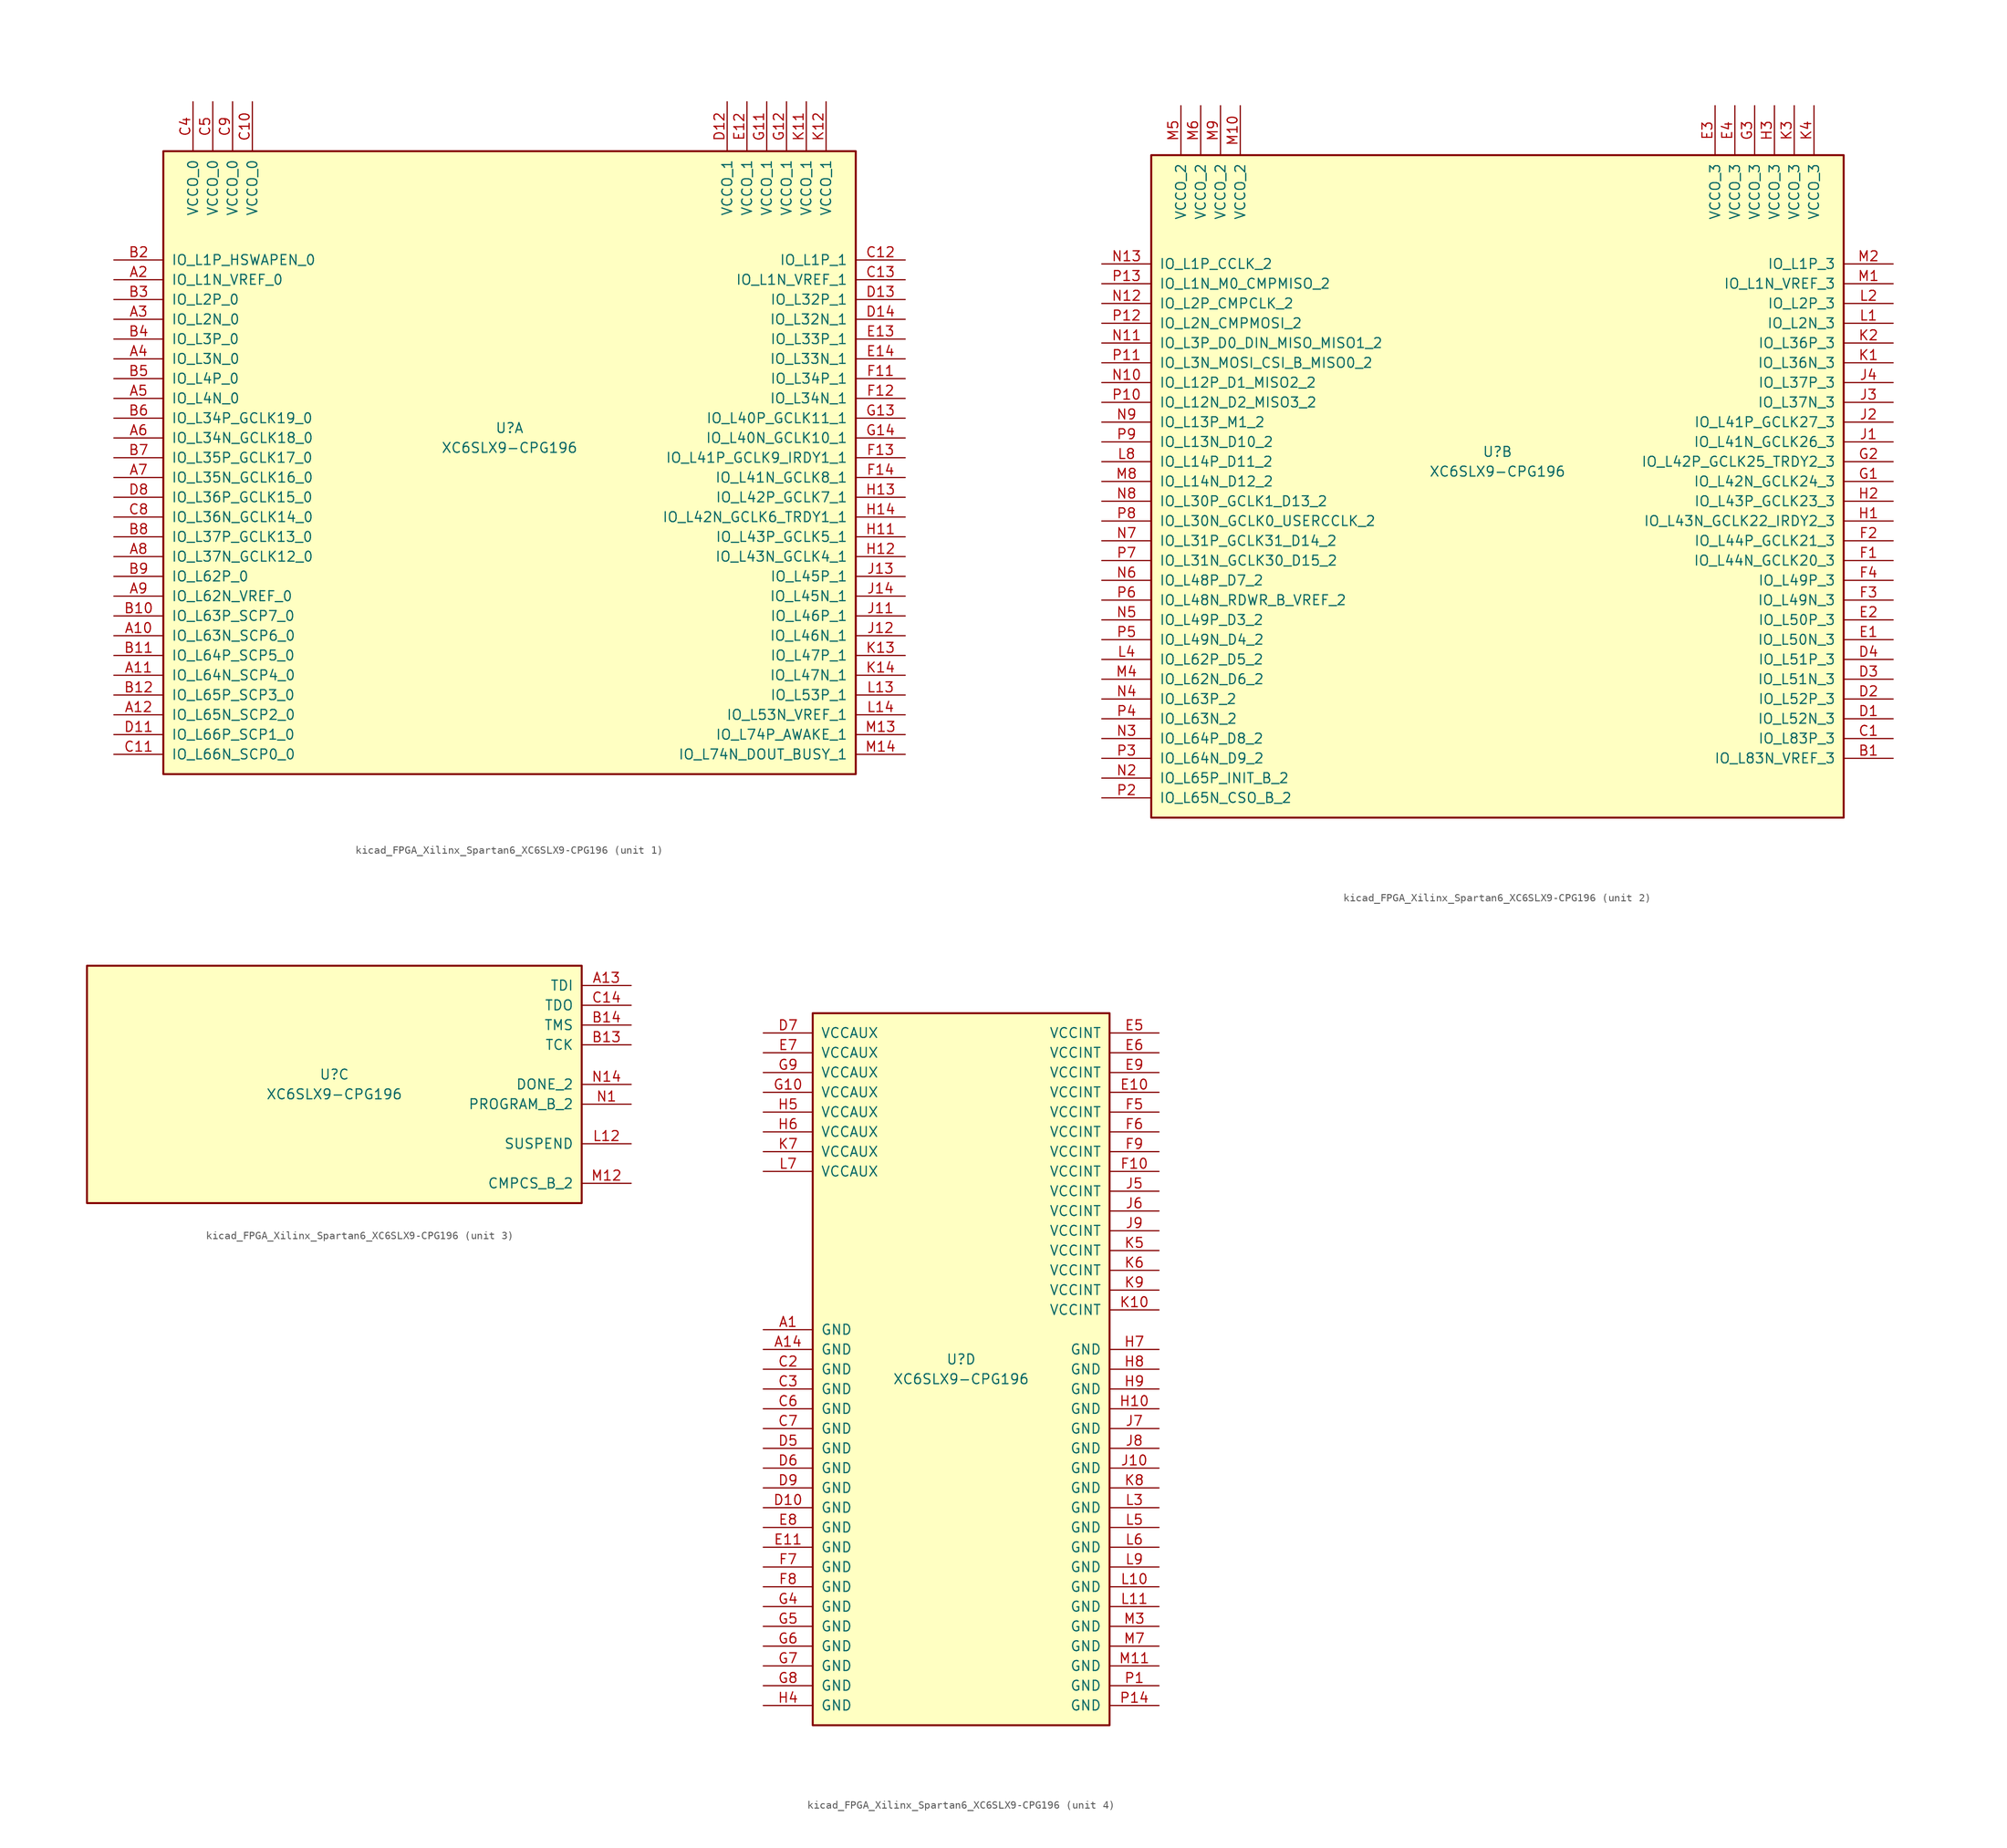
<source format=kicad_sym>
(kicad_symbol_lib
  (version 20220914)
  (generator kicad_symbol_editor)
  (symbol "kicad_FPGA_Xilinx_Spartan6_XC6SLX9-CPG196"
    (pin_names
      (offset 1.016))
    (property "Reference" "U"
      (at 0 1.27 0)
      (effects (font (size 1.27 1.27))))
    (property "Value" "XC6SLX9-CPG196"
      (at 0 -1.27 0)
      (effects (font (size 1.27 1.27))))
    (property "Datasheet" ""
      (at 0 0 0)
      (effects (font (size 1.27 1.27))))
    (property "ki_locked" ""
      (at 0 0 0)
      (effects (font (size 1.27 1.27))))
    (symbol "kicad_FPGA_Xilinx_Spartan6_XC6SLX9-CPG196_1_1"
      (rectangle (start -44.45 36.83) (end 44.45 -43.18) (stroke (width 0.254) (type default)) (fill (type background)))
      (pin bidirectional line (at -50.8 -25.4 0) (length 6.35) (name "IO_L63N_SCP6_0" (effects (font (size 1.27 1.27)))) (number "A10" (effects (font (size 1.27 1.27)))))
      (pin bidirectional line (at -50.8 -30.48 0) (length 6.35) (name "IO_L64N_SCP4_0" (effects (font (size 1.27 1.27)))) (number "A11" (effects (font (size 1.27 1.27)))))
      (pin bidirectional line (at -50.8 -35.56 0) (length 6.35) (name "IO_L65N_SCP2_0" (effects (font (size 1.27 1.27)))) (number "A12" (effects (font (size 1.27 1.27)))))
      (pin bidirectional line (at -50.8 20.32 0) (length 6.35) (name "IO_L1N_VREF_0" (effects (font (size 1.27 1.27)))) (number "A2" (effects (font (size 1.27 1.27)))))
      (pin bidirectional line (at -50.8 15.24 0) (length 6.35) (name "IO_L2N_0" (effects (font (size 1.27 1.27)))) (number "A3" (effects (font (size 1.27 1.27)))))
      (pin bidirectional line (at -50.8 10.16 0) (length 6.35) (name "IO_L3N_0" (effects (font (size 1.27 1.27)))) (number "A4" (effects (font (size 1.27 1.27)))))
      (pin bidirectional line (at -50.8 5.08 0) (length 6.35) (name "IO_L4N_0" (effects (font (size 1.27 1.27)))) (number "A5" (effects (font (size 1.27 1.27)))))
      (pin bidirectional line (at -50.8 0 0) (length 6.35) (name "IO_L34N_GCLK18_0" (effects (font (size 1.27 1.27)))) (number "A6" (effects (font (size 1.27 1.27)))))
      (pin bidirectional line (at -50.8 -5.08 0) (length 6.35) (name "IO_L35N_GCLK16_0" (effects (font (size 1.27 1.27)))) (number "A7" (effects (font (size 1.27 1.27)))))
      (pin bidirectional line (at -50.8 -15.24 0) (length 6.35) (name "IO_L37N_GCLK12_0" (effects (font (size 1.27 1.27)))) (number "A8" (effects (font (size 1.27 1.27)))))
      (pin bidirectional line (at -50.8 -20.32 0) (length 6.35) (name "IO_L62N_VREF_0" (effects (font (size 1.27 1.27)))) (number "A9" (effects (font (size 1.27 1.27)))))
      (pin bidirectional line (at -50.8 -22.86 0) (length 6.35) (name "IO_L63P_SCP7_0" (effects (font (size 1.27 1.27)))) (number "B10" (effects (font (size 1.27 1.27)))))
      (pin bidirectional line (at -50.8 -27.94 0) (length 6.35) (name "IO_L64P_SCP5_0" (effects (font (size 1.27 1.27)))) (number "B11" (effects (font (size 1.27 1.27)))))
      (pin bidirectional line (at -50.8 -33.02 0) (length 6.35) (name "IO_L65P_SCP3_0" (effects (font (size 1.27 1.27)))) (number "B12" (effects (font (size 1.27 1.27)))))
      (pin bidirectional line (at -50.8 22.86 0) (length 6.35) (name "IO_L1P_HSWAPEN_0" (effects (font (size 1.27 1.27)))) (number "B2" (effects (font (size 1.27 1.27)))))
      (pin bidirectional line (at -50.8 17.78 0) (length 6.35) (name "IO_L2P_0" (effects (font (size 1.27 1.27)))) (number "B3" (effects (font (size 1.27 1.27)))))
      (pin bidirectional line (at -50.8 12.7 0) (length 6.35) (name "IO_L3P_0" (effects (font (size 1.27 1.27)))) (number "B4" (effects (font (size 1.27 1.27)))))
      (pin bidirectional line (at -50.8 7.62 0) (length 6.35) (name "IO_L4P_0" (effects (font (size 1.27 1.27)))) (number "B5" (effects (font (size 1.27 1.27)))))
      (pin bidirectional line (at -50.8 2.54 0) (length 6.35) (name "IO_L34P_GCLK19_0" (effects (font (size 1.27 1.27)))) (number "B6" (effects (font (size 1.27 1.27)))))
      (pin bidirectional line (at -50.8 -2.54 0) (length 6.35) (name "IO_L35P_GCLK17_0" (effects (font (size 1.27 1.27)))) (number "B7" (effects (font (size 1.27 1.27)))))
      (pin bidirectional line (at -50.8 -12.7 0) (length 6.35) (name "IO_L37P_GCLK13_0" (effects (font (size 1.27 1.27)))) (number "B8" (effects (font (size 1.27 1.27)))))
      (pin bidirectional line (at -50.8 -17.78 0) (length 6.35) (name "IO_L62P_0" (effects (font (size 1.27 1.27)))) (number "B9" (effects (font (size 1.27 1.27)))))
      (pin power_in line (at -33.02 43.18 270) (length 6.35) (name "VCCO_0" (effects (font (size 1.27 1.27)))) (number "C10" (effects (font (size 1.27 1.27)))))
      (pin bidirectional line (at -50.8 -40.64 0) (length 6.35) (name "IO_L66N_SCP0_0" (effects (font (size 1.27 1.27)))) (number "C11" (effects (font (size 1.27 1.27)))))
      (pin bidirectional line (at 50.8 22.86 180) (length 6.35) (name "IO_L1P_1" (effects (font (size 1.27 1.27)))) (number "C12" (effects (font (size 1.27 1.27)))))
      (pin bidirectional line (at 50.8 20.32 180) (length 6.35) (name "IO_L1N_VREF_1" (effects (font (size 1.27 1.27)))) (number "C13" (effects (font (size 1.27 1.27)))))
      (pin power_in line (at -40.64 43.18 270) (length 6.35) (name "VCCO_0" (effects (font (size 1.27 1.27)))) (number "C4" (effects (font (size 1.27 1.27)))))
      (pin power_in line (at -38.1 43.18 270) (length 6.35) (name "VCCO_0" (effects (font (size 1.27 1.27)))) (number "C5" (effects (font (size 1.27 1.27)))))
      (pin bidirectional line (at -50.8 -10.16 0) (length 6.35) (name "IO_L36N_GCLK14_0" (effects (font (size 1.27 1.27)))) (number "C8" (effects (font (size 1.27 1.27)))))
      (pin power_in line (at -35.56 43.18 270) (length 6.35) (name "VCCO_0" (effects (font (size 1.27 1.27)))) (number "C9" (effects (font (size 1.27 1.27)))))
      (pin bidirectional line (at -50.8 -38.1 0) (length 6.35) (name "IO_L66P_SCP1_0" (effects (font (size 1.27 1.27)))) (number "D11" (effects (font (size 1.27 1.27)))))
      (pin power_in line (at 27.94 43.18 270) (length 6.35) (name "VCCO_1" (effects (font (size 1.27 1.27)))) (number "D12" (effects (font (size 1.27 1.27)))))
      (pin bidirectional line (at 50.8 17.78 180) (length 6.35) (name "IO_L32P_1" (effects (font (size 1.27 1.27)))) (number "D13" (effects (font (size 1.27 1.27)))))
      (pin bidirectional line (at 50.8 15.24 180) (length 6.35) (name "IO_L32N_1" (effects (font (size 1.27 1.27)))) (number "D14" (effects (font (size 1.27 1.27)))))
      (pin bidirectional line (at -50.8 -7.62 0) (length 6.35) (name "IO_L36P_GCLK15_0" (effects (font (size 1.27 1.27)))) (number "D8" (effects (font (size 1.27 1.27)))))
      (pin power_in line (at 30.48 43.18 270) (length 6.35) (name "VCCO_1" (effects (font (size 1.27 1.27)))) (number "E12" (effects (font (size 1.27 1.27)))))
      (pin bidirectional line (at 50.8 12.7 180) (length 6.35) (name "IO_L33P_1" (effects (font (size 1.27 1.27)))) (number "E13" (effects (font (size 1.27 1.27)))))
      (pin bidirectional line (at 50.8 10.16 180) (length 6.35) (name "IO_L33N_1" (effects (font (size 1.27 1.27)))) (number "E14" (effects (font (size 1.27 1.27)))))
      (pin bidirectional line (at 50.8 7.62 180) (length 6.35) (name "IO_L34P_1" (effects (font (size 1.27 1.27)))) (number "F11" (effects (font (size 1.27 1.27)))))
      (pin bidirectional line (at 50.8 5.08 180) (length 6.35) (name "IO_L34N_1" (effects (font (size 1.27 1.27)))) (number "F12" (effects (font (size 1.27 1.27)))))
      (pin bidirectional line (at 50.8 -2.54 180) (length 6.35) (name "IO_L41P_GCLK9_IRDY1_1" (effects (font (size 1.27 1.27)))) (number "F13" (effects (font (size 1.27 1.27)))))
      (pin bidirectional line (at 50.8 -5.08 180) (length 6.35) (name "IO_L41N_GCLK8_1" (effects (font (size 1.27 1.27)))) (number "F14" (effects (font (size 1.27 1.27)))))
      (pin power_in line (at 33.02 43.18 270) (length 6.35) (name "VCCO_1" (effects (font (size 1.27 1.27)))) (number "G11" (effects (font (size 1.27 1.27)))))
      (pin power_in line (at 35.56 43.18 270) (length 6.35) (name "VCCO_1" (effects (font (size 1.27 1.27)))) (number "G12" (effects (font (size 1.27 1.27)))))
      (pin bidirectional line (at 50.8 2.54 180) (length 6.35) (name "IO_L40P_GCLK11_1" (effects (font (size 1.27 1.27)))) (number "G13" (effects (font (size 1.27 1.27)))))
      (pin bidirectional line (at 50.8 0 180) (length 6.35) (name "IO_L40N_GCLK10_1" (effects (font (size 1.27 1.27)))) (number "G14" (effects (font (size 1.27 1.27)))))
      (pin bidirectional line (at 50.8 -12.7 180) (length 6.35) (name "IO_L43P_GCLK5_1" (effects (font (size 1.27 1.27)))) (number "H11" (effects (font (size 1.27 1.27)))))
      (pin bidirectional line (at 50.8 -15.24 180) (length 6.35) (name "IO_L43N_GCLK4_1" (effects (font (size 1.27 1.27)))) (number "H12" (effects (font (size 1.27 1.27)))))
      (pin bidirectional line (at 50.8 -7.62 180) (length 6.35) (name "IO_L42P_GCLK7_1" (effects (font (size 1.27 1.27)))) (number "H13" (effects (font (size 1.27 1.27)))))
      (pin bidirectional line (at 50.8 -10.16 180) (length 6.35) (name "IO_L42N_GCLK6_TRDY1_1" (effects (font (size 1.27 1.27)))) (number "H14" (effects (font (size 1.27 1.27)))))
      (pin bidirectional line (at 50.8 -22.86 180) (length 6.35) (name "IO_L46P_1" (effects (font (size 1.27 1.27)))) (number "J11" (effects (font (size 1.27 1.27)))))
      (pin bidirectional line (at 50.8 -25.4 180) (length 6.35) (name "IO_L46N_1" (effects (font (size 1.27 1.27)))) (number "J12" (effects (font (size 1.27 1.27)))))
      (pin bidirectional line (at 50.8 -17.78 180) (length 6.35) (name "IO_L45P_1" (effects (font (size 1.27 1.27)))) (number "J13" (effects (font (size 1.27 1.27)))))
      (pin bidirectional line (at 50.8 -20.32 180) (length 6.35) (name "IO_L45N_1" (effects (font (size 1.27 1.27)))) (number "J14" (effects (font (size 1.27 1.27)))))
      (pin power_in line (at 38.1 43.18 270) (length 6.35) (name "VCCO_1" (effects (font (size 1.27 1.27)))) (number "K11" (effects (font (size 1.27 1.27)))))
      (pin power_in line (at 40.64 43.18 270) (length 6.35) (name "VCCO_1" (effects (font (size 1.27 1.27)))) (number "K12" (effects (font (size 1.27 1.27)))))
      (pin bidirectional line (at 50.8 -27.94 180) (length 6.35) (name "IO_L47P_1" (effects (font (size 1.27 1.27)))) (number "K13" (effects (font (size 1.27 1.27)))))
      (pin bidirectional line (at 50.8 -30.48 180) (length 6.35) (name "IO_L47N_1" (effects (font (size 1.27 1.27)))) (number "K14" (effects (font (size 1.27 1.27)))))
      (pin bidirectional line (at 50.8 -33.02 180) (length 6.35) (name "IO_L53P_1" (effects (font (size 1.27 1.27)))) (number "L13" (effects (font (size 1.27 1.27)))))
      (pin bidirectional line (at 50.8 -35.56 180) (length 6.35) (name "IO_L53N_VREF_1" (effects (font (size 1.27 1.27)))) (number "L14" (effects (font (size 1.27 1.27)))))
      (pin bidirectional line (at 50.8 -38.1 180) (length 6.35) (name "IO_L74P_AWAKE_1" (effects (font (size 1.27 1.27)))) (number "M13" (effects (font (size 1.27 1.27)))))
      (pin bidirectional line (at 50.8 -40.64 180) (length 6.35) (name "IO_L74N_DOUT_BUSY_1" (effects (font (size 1.27 1.27)))) (number "M14" (effects (font (size 1.27 1.27))))))
    (symbol "kicad_FPGA_Xilinx_Spartan6_XC6SLX9-CPG196_2_1"
      (rectangle (start -44.45 39.37) (end 44.45 -45.72) (stroke (width 0.254) (type default)) (fill (type background)))
      (pin bidirectional line (at 50.8 -38.1 180) (length 6.35) (name "IO_L83N_VREF_3" (effects (font (size 1.27 1.27)))) (number "B1" (effects (font (size 1.27 1.27)))))
      (pin bidirectional line (at 50.8 -35.56 180) (length 6.35) (name "IO_L83P_3" (effects (font (size 1.27 1.27)))) (number "C1" (effects (font (size 1.27 1.27)))))
      (pin bidirectional line (at 50.8 -33.02 180) (length 6.35) (name "IO_L52N_3" (effects (font (size 1.27 1.27)))) (number "D1" (effects (font (size 1.27 1.27)))))
      (pin bidirectional line (at 50.8 -30.48 180) (length 6.35) (name "IO_L52P_3" (effects (font (size 1.27 1.27)))) (number "D2" (effects (font (size 1.27 1.27)))))
      (pin bidirectional line (at 50.8 -27.94 180) (length 6.35) (name "IO_L51N_3" (effects (font (size 1.27 1.27)))) (number "D3" (effects (font (size 1.27 1.27)))))
      (pin bidirectional line (at 50.8 -25.4 180) (length 6.35) (name "IO_L51P_3" (effects (font (size 1.27 1.27)))) (number "D4" (effects (font (size 1.27 1.27)))))
      (pin bidirectional line (at 50.8 -22.86 180) (length 6.35) (name "IO_L50N_3" (effects (font (size 1.27 1.27)))) (number "E1" (effects (font (size 1.27 1.27)))))
      (pin bidirectional line (at 50.8 -20.32 180) (length 6.35) (name "IO_L50P_3" (effects (font (size 1.27 1.27)))) (number "E2" (effects (font (size 1.27 1.27)))))
      (pin power_in line (at 27.94 45.72 270) (length 6.35) (name "VCCO_3" (effects (font (size 1.27 1.27)))) (number "E3" (effects (font (size 1.27 1.27)))))
      (pin power_in line (at 30.48 45.72 270) (length 6.35) (name "VCCO_3" (effects (font (size 1.27 1.27)))) (number "E4" (effects (font (size 1.27 1.27)))))
      (pin bidirectional line (at 50.8 -12.7 180) (length 6.35) (name "IO_L44N_GCLK20_3" (effects (font (size 1.27 1.27)))) (number "F1" (effects (font (size 1.27 1.27)))))
      (pin bidirectional line (at 50.8 -10.16 180) (length 6.35) (name "IO_L44P_GCLK21_3" (effects (font (size 1.27 1.27)))) (number "F2" (effects (font (size 1.27 1.27)))))
      (pin bidirectional line (at 50.8 -17.78 180) (length 6.35) (name "IO_L49N_3" (effects (font (size 1.27 1.27)))) (number "F3" (effects (font (size 1.27 1.27)))))
      (pin bidirectional line (at 50.8 -15.24 180) (length 6.35) (name "IO_L49P_3" (effects (font (size 1.27 1.27)))) (number "F4" (effects (font (size 1.27 1.27)))))
      (pin bidirectional line (at 50.8 -2.54 180) (length 6.35) (name "IO_L42N_GCLK24_3" (effects (font (size 1.27 1.27)))) (number "G1" (effects (font (size 1.27 1.27)))))
      (pin bidirectional line (at 50.8 0 180) (length 6.35) (name "IO_L42P_GCLK25_TRDY2_3" (effects (font (size 1.27 1.27)))) (number "G2" (effects (font (size 1.27 1.27)))))
      (pin power_in line (at 33.02 45.72 270) (length 6.35) (name "VCCO_3" (effects (font (size 1.27 1.27)))) (number "G3" (effects (font (size 1.27 1.27)))))
      (pin bidirectional line (at 50.8 -7.62 180) (length 6.35) (name "IO_L43N_GCLK22_IRDY2_3" (effects (font (size 1.27 1.27)))) (number "H1" (effects (font (size 1.27 1.27)))))
      (pin bidirectional line (at 50.8 -5.08 180) (length 6.35) (name "IO_L43P_GCLK23_3" (effects (font (size 1.27 1.27)))) (number "H2" (effects (font (size 1.27 1.27)))))
      (pin power_in line (at 35.56 45.72 270) (length 6.35) (name "VCCO_3" (effects (font (size 1.27 1.27)))) (number "H3" (effects (font (size 1.27 1.27)))))
      (pin bidirectional line (at 50.8 2.54 180) (length 6.35) (name "IO_L41N_GCLK26_3" (effects (font (size 1.27 1.27)))) (number "J1" (effects (font (size 1.27 1.27)))))
      (pin bidirectional line (at 50.8 5.08 180) (length 6.35) (name "IO_L41P_GCLK27_3" (effects (font (size 1.27 1.27)))) (number "J2" (effects (font (size 1.27 1.27)))))
      (pin bidirectional line (at 50.8 7.62 180) (length 6.35) (name "IO_L37N_3" (effects (font (size 1.27 1.27)))) (number "J3" (effects (font (size 1.27 1.27)))))
      (pin bidirectional line (at 50.8 10.16 180) (length 6.35) (name "IO_L37P_3" (effects (font (size 1.27 1.27)))) (number "J4" (effects (font (size 1.27 1.27)))))
      (pin bidirectional line (at 50.8 12.7 180) (length 6.35) (name "IO_L36N_3" (effects (font (size 1.27 1.27)))) (number "K1" (effects (font (size 1.27 1.27)))))
      (pin bidirectional line (at 50.8 15.24 180) (length 6.35) (name "IO_L36P_3" (effects (font (size 1.27 1.27)))) (number "K2" (effects (font (size 1.27 1.27)))))
      (pin power_in line (at 38.1 45.72 270) (length 6.35) (name "VCCO_3" (effects (font (size 1.27 1.27)))) (number "K3" (effects (font (size 1.27 1.27)))))
      (pin power_in line (at 40.64 45.72 270) (length 6.35) (name "VCCO_3" (effects (font (size 1.27 1.27)))) (number "K4" (effects (font (size 1.27 1.27)))))
      (pin bidirectional line (at 50.8 17.78 180) (length 6.35) (name "IO_L2N_3" (effects (font (size 1.27 1.27)))) (number "L1" (effects (font (size 1.27 1.27)))))
      (pin bidirectional line (at 50.8 20.32 180) (length 6.35) (name "IO_L2P_3" (effects (font (size 1.27 1.27)))) (number "L2" (effects (font (size 1.27 1.27)))))
      (pin bidirectional line (at -50.8 -25.4 0) (length 6.35) (name "IO_L62P_D5_2" (effects (font (size 1.27 1.27)))) (number "L4" (effects (font (size 1.27 1.27)))))
      (pin bidirectional line (at -50.8 0 0) (length 6.35) (name "IO_L14P_D11_2" (effects (font (size 1.27 1.27)))) (number "L8" (effects (font (size 1.27 1.27)))))
      (pin bidirectional line (at 50.8 22.86 180) (length 6.35) (name "IO_L1N_VREF_3" (effects (font (size 1.27 1.27)))) (number "M1" (effects (font (size 1.27 1.27)))))
      (pin power_in line (at -33.02 45.72 270) (length 6.35) (name "VCCO_2" (effects (font (size 1.27 1.27)))) (number "M10" (effects (font (size 1.27 1.27)))))
      (pin bidirectional line (at 50.8 25.4 180) (length 6.35) (name "IO_L1P_3" (effects (font (size 1.27 1.27)))) (number "M2" (effects (font (size 1.27 1.27)))))
      (pin bidirectional line (at -50.8 -27.94 0) (length 6.35) (name "IO_L62N_D6_2" (effects (font (size 1.27 1.27)))) (number "M4" (effects (font (size 1.27 1.27)))))
      (pin power_in line (at -40.64 45.72 270) (length 6.35) (name "VCCO_2" (effects (font (size 1.27 1.27)))) (number "M5" (effects (font (size 1.27 1.27)))))
      (pin power_in line (at -38.1 45.72 270) (length 6.35) (name "VCCO_2" (effects (font (size 1.27 1.27)))) (number "M6" (effects (font (size 1.27 1.27)))))
      (pin bidirectional line (at -50.8 -2.54 0) (length 6.35) (name "IO_L14N_D12_2" (effects (font (size 1.27 1.27)))) (number "M8" (effects (font (size 1.27 1.27)))))
      (pin power_in line (at -35.56 45.72 270) (length 6.35) (name "VCCO_2" (effects (font (size 1.27 1.27)))) (number "M9" (effects (font (size 1.27 1.27)))))
      (pin bidirectional line (at -50.8 10.16 0) (length 6.35) (name "IO_L12P_D1_MISO2_2" (effects (font (size 1.27 1.27)))) (number "N10" (effects (font (size 1.27 1.27)))))
      (pin bidirectional line (at -50.8 15.24 0) (length 6.35) (name "IO_L3P_D0_DIN_MISO_MISO1_2" (effects (font (size 1.27 1.27)))) (number "N11" (effects (font (size 1.27 1.27)))))
      (pin bidirectional line (at -50.8 20.32 0) (length 6.35) (name "IO_L2P_CMPCLK_2" (effects (font (size 1.27 1.27)))) (number "N12" (effects (font (size 1.27 1.27)))))
      (pin bidirectional line (at -50.8 25.4 0) (length 6.35) (name "IO_L1P_CCLK_2" (effects (font (size 1.27 1.27)))) (number "N13" (effects (font (size 1.27 1.27)))))
      (pin bidirectional line (at -50.8 -40.64 0) (length 6.35) (name "IO_L65P_INIT_B_2" (effects (font (size 1.27 1.27)))) (number "N2" (effects (font (size 1.27 1.27)))))
      (pin bidirectional line (at -50.8 -35.56 0) (length 6.35) (name "IO_L64P_D8_2" (effects (font (size 1.27 1.27)))) (number "N3" (effects (font (size 1.27 1.27)))))
      (pin bidirectional line (at -50.8 -30.48 0) (length 6.35) (name "IO_L63P_2" (effects (font (size 1.27 1.27)))) (number "N4" (effects (font (size 1.27 1.27)))))
      (pin bidirectional line (at -50.8 -20.32 0) (length 6.35) (name "IO_L49P_D3_2" (effects (font (size 1.27 1.27)))) (number "N5" (effects (font (size 1.27 1.27)))))
      (pin bidirectional line (at -50.8 -15.24 0) (length 6.35) (name "IO_L48P_D7_2" (effects (font (size 1.27 1.27)))) (number "N6" (effects (font (size 1.27 1.27)))))
      (pin bidirectional line (at -50.8 -10.16 0) (length 6.35) (name "IO_L31P_GCLK31_D14_2" (effects (font (size 1.27 1.27)))) (number "N7" (effects (font (size 1.27 1.27)))))
      (pin bidirectional line (at -50.8 -5.08 0) (length 6.35) (name "IO_L30P_GCLK1_D13_2" (effects (font (size 1.27 1.27)))) (number "N8" (effects (font (size 1.27 1.27)))))
      (pin bidirectional line (at -50.8 5.08 0) (length 6.35) (name "IO_L13P_M1_2" (effects (font (size 1.27 1.27)))) (number "N9" (effects (font (size 1.27 1.27)))))
      (pin bidirectional line (at -50.8 7.62 0) (length 6.35) (name "IO_L12N_D2_MISO3_2" (effects (font (size 1.27 1.27)))) (number "P10" (effects (font (size 1.27 1.27)))))
      (pin bidirectional line (at -50.8 12.7 0) (length 6.35) (name "IO_L3N_MOSI_CSI_B_MISO0_2" (effects (font (size 1.27 1.27)))) (number "P11" (effects (font (size 1.27 1.27)))))
      (pin bidirectional line (at -50.8 17.78 0) (length 6.35) (name "IO_L2N_CMPMOSI_2" (effects (font (size 1.27 1.27)))) (number "P12" (effects (font (size 1.27 1.27)))))
      (pin bidirectional line (at -50.8 22.86 0) (length 6.35) (name "IO_L1N_M0_CMPMISO_2" (effects (font (size 1.27 1.27)))) (number "P13" (effects (font (size 1.27 1.27)))))
      (pin bidirectional line (at -50.8 -43.18 0) (length 6.35) (name "IO_L65N_CSO_B_2" (effects (font (size 1.27 1.27)))) (number "P2" (effects (font (size 1.27 1.27)))))
      (pin bidirectional line (at -50.8 -38.1 0) (length 6.35) (name "IO_L64N_D9_2" (effects (font (size 1.27 1.27)))) (number "P3" (effects (font (size 1.27 1.27)))))
      (pin bidirectional line (at -50.8 -33.02 0) (length 6.35) (name "IO_L63N_2" (effects (font (size 1.27 1.27)))) (number "P4" (effects (font (size 1.27 1.27)))))
      (pin bidirectional line (at -50.8 -22.86 0) (length 6.35) (name "IO_L49N_D4_2" (effects (font (size 1.27 1.27)))) (number "P5" (effects (font (size 1.27 1.27)))))
      (pin bidirectional line (at -50.8 -17.78 0) (length 6.35) (name "IO_L48N_RDWR_B_VREF_2" (effects (font (size 1.27 1.27)))) (number "P6" (effects (font (size 1.27 1.27)))))
      (pin bidirectional line (at -50.8 -12.7 0) (length 6.35) (name "IO_L31N_GCLK30_D15_2" (effects (font (size 1.27 1.27)))) (number "P7" (effects (font (size 1.27 1.27)))))
      (pin bidirectional line (at -50.8 -7.62 0) (length 6.35) (name "IO_L30N_GCLK0_USERCCLK_2" (effects (font (size 1.27 1.27)))) (number "P8" (effects (font (size 1.27 1.27)))))
      (pin bidirectional line (at -50.8 2.54 0) (length 6.35) (name "IO_L13N_D10_2" (effects (font (size 1.27 1.27)))) (number "P9" (effects (font (size 1.27 1.27))))))
    (symbol "kicad_FPGA_Xilinx_Spartan6_XC6SLX9-CPG196_3_1"
      (rectangle (start -31.75 15.24) (end 31.75 -15.24) (stroke (width 0.254) (type default)) (fill (type background)))
      (pin bidirectional line (at 38.1 12.7 180) (length 6.35) (name "TDI" (effects (font (size 1.27 1.27)))) (number "A13" (effects (font (size 1.27 1.27)))))
      (pin bidirectional line (at 38.1 5.08 180) (length 6.35) (name "TCK" (effects (font (size 1.27 1.27)))) (number "B13" (effects (font (size 1.27 1.27)))))
      (pin bidirectional line (at 38.1 7.62 180) (length 6.35) (name "TMS" (effects (font (size 1.27 1.27)))) (number "B14" (effects (font (size 1.27 1.27)))))
      (pin bidirectional line (at 38.1 10.16 180) (length 6.35) (name "TDO" (effects (font (size 1.27 1.27)))) (number "C14" (effects (font (size 1.27 1.27)))))
      (pin bidirectional line (at 38.1 -7.62 180) (length 6.35) (name "SUSPEND" (effects (font (size 1.27 1.27)))) (number "L12" (effects (font (size 1.27 1.27)))))
      (pin bidirectional line (at 38.1 -12.7 180) (length 6.35) (name "CMPCS_B_2" (effects (font (size 1.27 1.27)))) (number "M12" (effects (font (size 1.27 1.27)))))
      (pin bidirectional line (at 38.1 -2.54 180) (length 6.35) (name "PROGRAM_B_2" (effects (font (size 1.27 1.27)))) (number "N1" (effects (font (size 1.27 1.27)))))
      (pin bidirectional line (at 38.1 0 180) (length 6.35) (name "DONE_2" (effects (font (size 1.27 1.27)))) (number "N14" (effects (font (size 1.27 1.27))))))
    (symbol "kicad_FPGA_Xilinx_Spartan6_XC6SLX9-CPG196_4_1"
      (rectangle (start -19.05 45.72) (end 19.05 -45.72) (stroke (width 0.254) (type default)) (fill (type background)))
      (pin power_in line (at -25.4 5.08 0) (length 6.35) (name "GND" (effects (font (size 1.27 1.27)))) (number "A1" (effects (font (size 1.27 1.27)))))
      (pin power_in line (at -25.4 2.54 0) (length 6.35) (name "GND" (effects (font (size 1.27 1.27)))) (number "A14" (effects (font (size 1.27 1.27)))))
      (pin power_in line (at -25.4 0 0) (length 6.35) (name "GND" (effects (font (size 1.27 1.27)))) (number "C2" (effects (font (size 1.27 1.27)))))
      (pin power_in line (at -25.4 -2.54 0) (length 6.35) (name "GND" (effects (font (size 1.27 1.27)))) (number "C3" (effects (font (size 1.27 1.27)))))
      (pin power_in line (at -25.4 -5.08 0) (length 6.35) (name "GND" (effects (font (size 1.27 1.27)))) (number "C6" (effects (font (size 1.27 1.27)))))
      (pin power_in line (at -25.4 -7.62 0) (length 6.35) (name "GND" (effects (font (size 1.27 1.27)))) (number "C7" (effects (font (size 1.27 1.27)))))
      (pin power_in line (at -25.4 -17.78 0) (length 6.35) (name "GND" (effects (font (size 1.27 1.27)))) (number "D10" (effects (font (size 1.27 1.27)))))
      (pin power_in line (at -25.4 -10.16 0) (length 6.35) (name "GND" (effects (font (size 1.27 1.27)))) (number "D5" (effects (font (size 1.27 1.27)))))
      (pin power_in line (at -25.4 -12.7 0) (length 6.35) (name "GND" (effects (font (size 1.27 1.27)))) (number "D6" (effects (font (size 1.27 1.27)))))
      (pin power_in line (at -25.4 43.18 0) (length 6.35) (name "VCCAUX" (effects (font (size 1.27 1.27)))) (number "D7" (effects (font (size 1.27 1.27)))))
      (pin power_in line (at -25.4 -15.24 0) (length 6.35) (name "GND" (effects (font (size 1.27 1.27)))) (number "D9" (effects (font (size 1.27 1.27)))))
      (pin power_in line (at 25.4 35.56 180) (length 6.35) (name "VCCINT" (effects (font (size 1.27 1.27)))) (number "E10" (effects (font (size 1.27 1.27)))))
      (pin power_in line (at -25.4 -22.86 0) (length 6.35) (name "GND" (effects (font (size 1.27 1.27)))) (number "E11" (effects (font (size 1.27 1.27)))))
      (pin power_in line (at 25.4 43.18 180) (length 6.35) (name "VCCINT" (effects (font (size 1.27 1.27)))) (number "E5" (effects (font (size 1.27 1.27)))))
      (pin power_in line (at 25.4 40.64 180) (length 6.35) (name "VCCINT" (effects (font (size 1.27 1.27)))) (number "E6" (effects (font (size 1.27 1.27)))))
      (pin power_in line (at -25.4 40.64 0) (length 6.35) (name "VCCAUX" (effects (font (size 1.27 1.27)))) (number "E7" (effects (font (size 1.27 1.27)))))
      (pin power_in line (at -25.4 -20.32 0) (length 6.35) (name "GND" (effects (font (size 1.27 1.27)))) (number "E8" (effects (font (size 1.27 1.27)))))
      (pin power_in line (at 25.4 38.1 180) (length 6.35) (name "VCCINT" (effects (font (size 1.27 1.27)))) (number "E9" (effects (font (size 1.27 1.27)))))
      (pin power_in line (at 25.4 25.4 180) (length 6.35) (name "VCCINT" (effects (font (size 1.27 1.27)))) (number "F10" (effects (font (size 1.27 1.27)))))
      (pin power_in line (at 25.4 33.02 180) (length 6.35) (name "VCCINT" (effects (font (size 1.27 1.27)))) (number "F5" (effects (font (size 1.27 1.27)))))
      (pin power_in line (at 25.4 30.48 180) (length 6.35) (name "VCCINT" (effects (font (size 1.27 1.27)))) (number "F6" (effects (font (size 1.27 1.27)))))
      (pin power_in line (at -25.4 -25.4 0) (length 6.35) (name "GND" (effects (font (size 1.27 1.27)))) (number "F7" (effects (font (size 1.27 1.27)))))
      (pin power_in line (at -25.4 -27.94 0) (length 6.35) (name "GND" (effects (font (size 1.27 1.27)))) (number "F8" (effects (font (size 1.27 1.27)))))
      (pin power_in line (at 25.4 27.94 180) (length 6.35) (name "VCCINT" (effects (font (size 1.27 1.27)))) (number "F9" (effects (font (size 1.27 1.27)))))
      (pin power_in line (at -25.4 35.56 0) (length 6.35) (name "VCCAUX" (effects (font (size 1.27 1.27)))) (number "G10" (effects (font (size 1.27 1.27)))))
      (pin power_in line (at -25.4 -30.48 0) (length 6.35) (name "GND" (effects (font (size 1.27 1.27)))) (number "G4" (effects (font (size 1.27 1.27)))))
      (pin power_in line (at -25.4 -33.02 0) (length 6.35) (name "GND" (effects (font (size 1.27 1.27)))) (number "G5" (effects (font (size 1.27 1.27)))))
      (pin power_in line (at -25.4 -35.56 0) (length 6.35) (name "GND" (effects (font (size 1.27 1.27)))) (number "G6" (effects (font (size 1.27 1.27)))))
      (pin power_in line (at -25.4 -38.1 0) (length 6.35) (name "GND" (effects (font (size 1.27 1.27)))) (number "G7" (effects (font (size 1.27 1.27)))))
      (pin power_in line (at -25.4 -40.64 0) (length 6.35) (name "GND" (effects (font (size 1.27 1.27)))) (number "G8" (effects (font (size 1.27 1.27)))))
      (pin power_in line (at -25.4 38.1 0) (length 6.35) (name "VCCAUX" (effects (font (size 1.27 1.27)))) (number "G9" (effects (font (size 1.27 1.27)))))
      (pin power_in line (at 25.4 -5.08 180) (length 6.35) (name "GND" (effects (font (size 1.27 1.27)))) (number "H10" (effects (font (size 1.27 1.27)))))
      (pin power_in line (at -25.4 -43.18 0) (length 6.35) (name "GND" (effects (font (size 1.27 1.27)))) (number "H4" (effects (font (size 1.27 1.27)))))
      (pin power_in line (at -25.4 33.02 0) (length 6.35) (name "VCCAUX" (effects (font (size 1.27 1.27)))) (number "H5" (effects (font (size 1.27 1.27)))))
      (pin power_in line (at -25.4 30.48 0) (length 6.35) (name "VCCAUX" (effects (font (size 1.27 1.27)))) (number "H6" (effects (font (size 1.27 1.27)))))
      (pin power_in line (at 25.4 2.54 180) (length 6.35) (name "GND" (effects (font (size 1.27 1.27)))) (number "H7" (effects (font (size 1.27 1.27)))))
      (pin power_in line (at 25.4 0 180) (length 6.35) (name "GND" (effects (font (size 1.27 1.27)))) (number "H8" (effects (font (size 1.27 1.27)))))
      (pin power_in line (at 25.4 -2.54 180) (length 6.35) (name "GND" (effects (font (size 1.27 1.27)))) (number "H9" (effects (font (size 1.27 1.27)))))
      (pin power_in line (at 25.4 -12.7 180) (length 6.35) (name "GND" (effects (font (size 1.27 1.27)))) (number "J10" (effects (font (size 1.27 1.27)))))
      (pin power_in line (at 25.4 22.86 180) (length 6.35) (name "VCCINT" (effects (font (size 1.27 1.27)))) (number "J5" (effects (font (size 1.27 1.27)))))
      (pin power_in line (at 25.4 20.32 180) (length 6.35) (name "VCCINT" (effects (font (size 1.27 1.27)))) (number "J6" (effects (font (size 1.27 1.27)))))
      (pin power_in line (at 25.4 -7.62 180) (length 6.35) (name "GND" (effects (font (size 1.27 1.27)))) (number "J7" (effects (font (size 1.27 1.27)))))
      (pin power_in line (at 25.4 -10.16 180) (length 6.35) (name "GND" (effects (font (size 1.27 1.27)))) (number "J8" (effects (font (size 1.27 1.27)))))
      (pin power_in line (at 25.4 17.78 180) (length 6.35) (name "VCCINT" (effects (font (size 1.27 1.27)))) (number "J9" (effects (font (size 1.27 1.27)))))
      (pin power_in line (at 25.4 7.62 180) (length 6.35) (name "VCCINT" (effects (font (size 1.27 1.27)))) (number "K10" (effects (font (size 1.27 1.27)))))
      (pin power_in line (at 25.4 15.24 180) (length 6.35) (name "VCCINT" (effects (font (size 1.27 1.27)))) (number "K5" (effects (font (size 1.27 1.27)))))
      (pin power_in line (at 25.4 12.7 180) (length 6.35) (name "VCCINT" (effects (font (size 1.27 1.27)))) (number "K6" (effects (font (size 1.27 1.27)))))
      (pin power_in line (at -25.4 27.94 0) (length 6.35) (name "VCCAUX" (effects (font (size 1.27 1.27)))) (number "K7" (effects (font (size 1.27 1.27)))))
      (pin power_in line (at 25.4 -15.24 180) (length 6.35) (name "GND" (effects (font (size 1.27 1.27)))) (number "K8" (effects (font (size 1.27 1.27)))))
      (pin power_in line (at 25.4 10.16 180) (length 6.35) (name "VCCINT" (effects (font (size 1.27 1.27)))) (number "K9" (effects (font (size 1.27 1.27)))))
      (pin power_in line (at 25.4 -27.94 180) (length 6.35) (name "GND" (effects (font (size 1.27 1.27)))) (number "L10" (effects (font (size 1.27 1.27)))))
      (pin power_in line (at 25.4 -30.48 180) (length 6.35) (name "GND" (effects (font (size 1.27 1.27)))) (number "L11" (effects (font (size 1.27 1.27)))))
      (pin power_in line (at 25.4 -17.78 180) (length 6.35) (name "GND" (effects (font (size 1.27 1.27)))) (number "L3" (effects (font (size 1.27 1.27)))))
      (pin power_in line (at 25.4 -20.32 180) (length 6.35) (name "GND" (effects (font (size 1.27 1.27)))) (number "L5" (effects (font (size 1.27 1.27)))))
      (pin power_in line (at 25.4 -22.86 180) (length 6.35) (name "GND" (effects (font (size 1.27 1.27)))) (number "L6" (effects (font (size 1.27 1.27)))))
      (pin power_in line (at -25.4 25.4 0) (length 6.35) (name "VCCAUX" (effects (font (size 1.27 1.27)))) (number "L7" (effects (font (size 1.27 1.27)))))
      (pin power_in line (at 25.4 -25.4 180) (length 6.35) (name "GND" (effects (font (size 1.27 1.27)))) (number "L9" (effects (font (size 1.27 1.27)))))
      (pin power_in line (at 25.4 -38.1 180) (length 6.35) (name "GND" (effects (font (size 1.27 1.27)))) (number "M11" (effects (font (size 1.27 1.27)))))
      (pin power_in line (at 25.4 -33.02 180) (length 6.35) (name "GND" (effects (font (size 1.27 1.27)))) (number "M3" (effects (font (size 1.27 1.27)))))
      (pin power_in line (at 25.4 -35.56 180) (length 6.35) (name "GND" (effects (font (size 1.27 1.27)))) (number "M7" (effects (font (size 1.27 1.27)))))
      (pin power_in line (at 25.4 -40.64 180) (length 6.35) (name "GND" (effects (font (size 1.27 1.27)))) (number "P1" (effects (font (size 1.27 1.27)))))
      (pin power_in line (at 25.4 -43.18 180) (length 6.35) (name "GND" (effects (font (size 1.27 1.27)))) (number "P14" (effects (font (size 1.27 1.27))))))))
</source>
